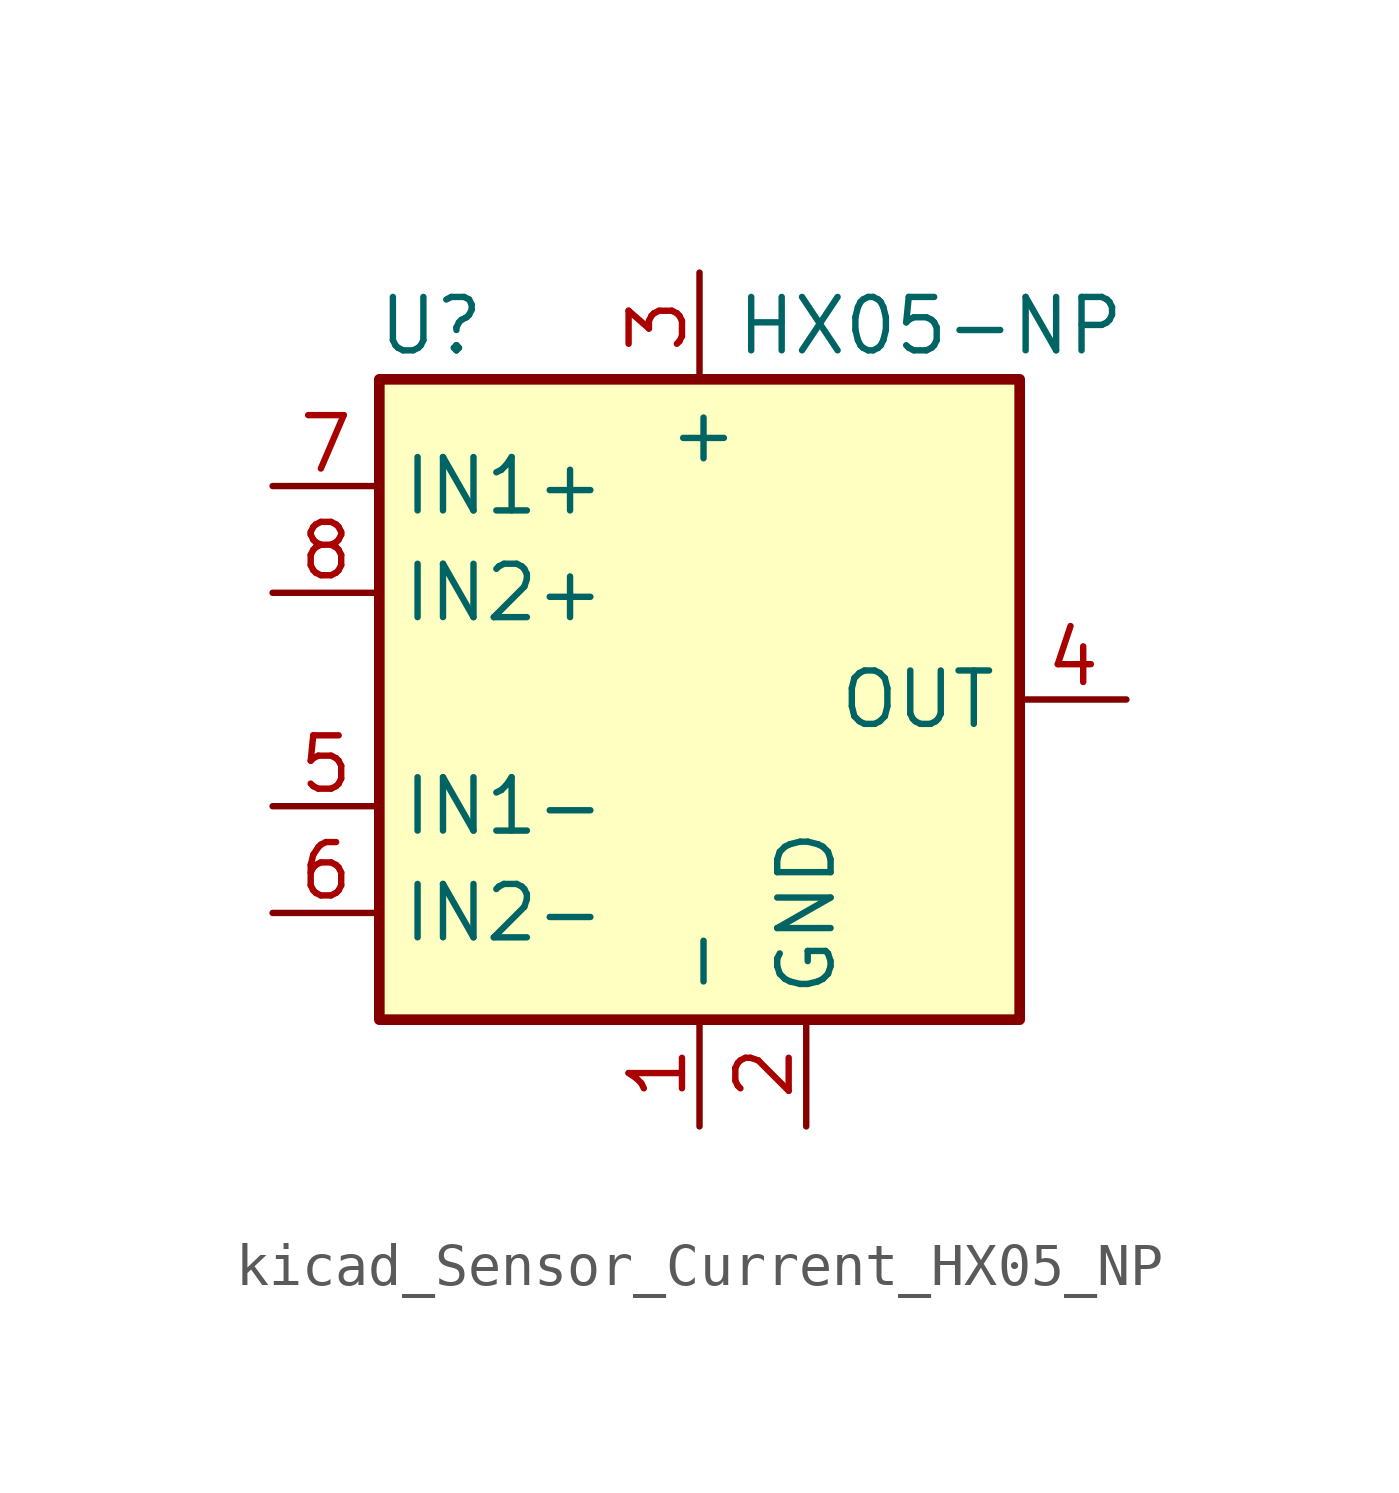
<source format=kicad_sym>
(kicad_symbol_lib
  (version 20220914)
  (generator kicad_symbol_editor)
  (symbol "kicad_Sensor_Current_HX05_NP"
    (property "Reference" "U"
      (at -5.08 8.89 0)
      (effects (font (size 1.27 1.27)) (justify right)))
    (property "Value" "HX05-NP"
      (at 10.16 8.89 0)
      (effects (font (size 1.27 1.27)) (justify right)))
    (symbol "kicad_Sensor_Current_HX05_NP_0_1"
      (rectangle (start -7.62 7.62) (end 7.62 -7.62) (stroke (width 0.254) (type default)) (fill (type background))))
    (symbol "kicad_Sensor_Current_HX05_NP_1_1"
      (pin power_in line (at 0 -10.16 90) (length 2.54) (name "-" (effects (font (size 1.27 1.27)))) (number "1" (effects (font (size 1.27 1.27)))))
      (pin power_in line (at 2.54 -10.16 90) (length 2.54) (name "GND" (effects (font (size 1.27 1.27)))) (number "2" (effects (font (size 1.27 1.27)))))
      (pin power_in line (at 0 10.16 270) (length 2.54) (name "+" (effects (font (size 1.27 1.27)))) (number "3" (effects (font (size 1.27 1.27)))))
      (pin output line (at 10.16 0 180) (length 2.54) (name "OUT" (effects (font (size 1.27 1.27)))) (number "4" (effects (font (size 1.27 1.27)))))
      (pin passive line (at -10.16 -2.54 0) (length 2.54) (name "IN1-" (effects (font (size 1.27 1.27)))) (number "5" (effects (font (size 1.27 1.27)))))
      (pin passive line (at -10.16 -5.08 0) (length 2.54) (name "IN2-" (effects (font (size 1.27 1.27)))) (number "6" (effects (font (size 1.27 1.27)))))
      (pin passive line (at -10.16 5.08 0) (length 2.54) (name "IN1+" (effects (font (size 1.27 1.27)))) (number "7" (effects (font (size 1.27 1.27)))))
      (pin passive line (at -10.16 2.54 0) (length 2.54) (name "IN2+" (effects (font (size 1.27 1.27)))) (number "8" (effects (font (size 1.27 1.27))))))))
</source>
